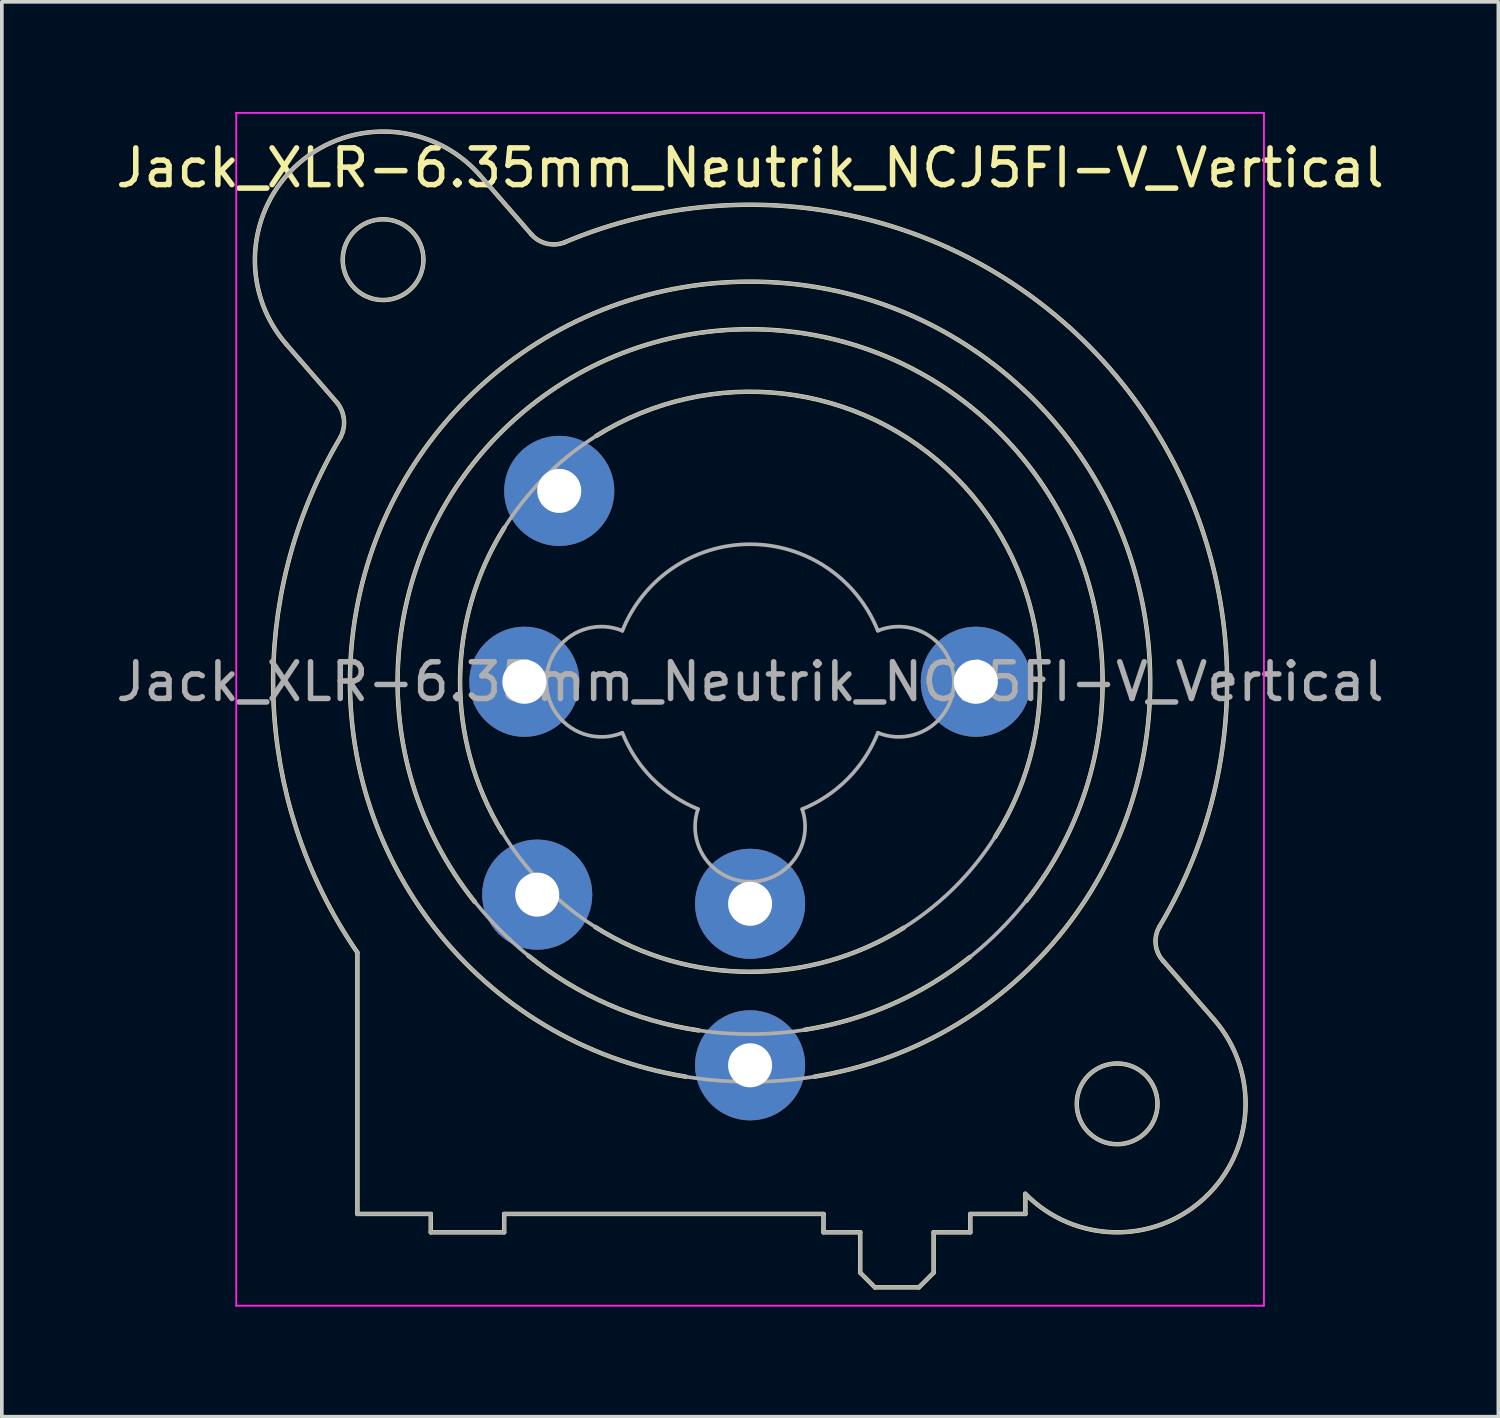
<source format=kicad_pcb>
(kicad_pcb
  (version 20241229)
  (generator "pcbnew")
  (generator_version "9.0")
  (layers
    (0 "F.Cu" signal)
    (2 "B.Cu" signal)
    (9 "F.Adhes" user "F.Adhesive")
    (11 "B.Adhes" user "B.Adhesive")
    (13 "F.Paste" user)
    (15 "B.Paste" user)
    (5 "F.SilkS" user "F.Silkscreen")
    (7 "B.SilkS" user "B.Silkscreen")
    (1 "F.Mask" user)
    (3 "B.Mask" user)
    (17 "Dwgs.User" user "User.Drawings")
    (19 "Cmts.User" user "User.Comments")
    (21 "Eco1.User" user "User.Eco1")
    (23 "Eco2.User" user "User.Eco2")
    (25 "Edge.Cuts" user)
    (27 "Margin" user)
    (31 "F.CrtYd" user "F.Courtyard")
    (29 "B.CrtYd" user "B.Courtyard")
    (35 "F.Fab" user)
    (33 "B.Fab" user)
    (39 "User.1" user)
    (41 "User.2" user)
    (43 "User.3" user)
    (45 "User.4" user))
  (footprint "Jack_XLR-6.35mm_Neutrik_NCJ5FI-V_Vertical"
    (layer "F.Cu")
    (at 23.537 15.525)
    (property "Reference" "Jack_XLR-6.35mm_Neutrik_NCJ5FI-V_Vertical" (at -6.15 -14 0) (layer "F.SilkS") (effects (font (size 1 1) (thickness 0.15))))
    (attr through_hole)
    (fp_line (start -17.4 -7.6) (end -18.79 -9.2) (stroke (width 0.12) (type solid)) (layer "F.SilkS"))
    (fp_line (start -16.85 14.5) (end -16.85 7.38) (stroke (width 0.12) (type solid)) (layer "F.SilkS"))
    (fp_line (start -14.85 14.5) (end -16.85 14.5) (stroke (width 0.12) (type solid)) (layer "F.SilkS"))
    (fp_line (start -14.85 14.5) (end -14.85 15) (stroke (width 0.12) (type solid)) (layer "F.SilkS"))
    (fp_line (start -13.51 -13.8) (end -12.11 -12.19) (stroke (width 0.12) (type solid)) (layer "F.SilkS"))
    (fp_line (start -12.85 14.5) (end -12.85 15) (stroke (width 0.12) (type solid)) (layer "F.SilkS"))
    (fp_line (start -12.85 15) (end -14.85 15) (stroke (width 0.12) (type solid)) (layer "F.SilkS"))
    (fp_line (start -4.15 14.5) (end -12.85 14.5) (stroke (width 0.12) (type solid)) (layer "F.SilkS"))
    (fp_line (start -4.15 14.5) (end -4.15 15) (stroke (width 0.12) (type solid)) (layer "F.SilkS"))
    (fp_line (start -3.15 15) (end -4.15 15) (stroke (width 0.12) (type solid)) (layer "F.SilkS"))
    (fp_line (start -3.15 15) (end -3.15 16.1) (stroke (width 0.12) (type solid)) (layer "F.SilkS"))
    (fp_line (start -3.15 16.1) (end -2.75 16.5) (stroke (width 0.12) (type solid)) (layer "F.SilkS"))
    (fp_line (start -1.55 16.5) (end -2.75 16.5) (stroke (width 0.12) (type solid)) (layer "F.SilkS"))
    (fp_line (start -1.15 15) (end -1.15 16.1) (stroke (width 0.12) (type solid)) (layer "F.SilkS"))
    (fp_line (start -1.15 16.1) (end -1.55 16.5) (stroke (width 0.12) (type solid)) (layer "F.SilkS"))
    (fp_line (start -0.15 14.5) (end -0.15 15) (stroke (width 0.12) (type solid)) (layer "F.SilkS"))
    (fp_line (start -0.15 15) (end -1.15 15) (stroke (width 0.12) (type solid)) (layer "F.SilkS"))
    (fp_line (start 1.35 13.95) (end 1.35 14.5) (stroke (width 0.12) (type solid)) (layer "F.SilkS"))
    (fp_line (start 1.35 14.5) (end -0.15 14.5) (stroke (width 0.12) (type solid)) (layer "F.SilkS"))
    (fp_line (start 5.1 7.6) (end 6.49 9.2) (stroke (width 0.12) (type solid)) (layer "F.SilkS"))
    (fp_arc (start -18.79 -9.2) (mid -18.45 -14.14) (end -13.51 -13.8) (stroke (width 0.12) (type solid)) (layer "F.SilkS"))
    (fp_arc (start -17.400452 -7.59955) (mid -17.216295 -7.14315) (end -17.31 -6.66) (stroke (width 0.12) (type solid)) (layer "F.SilkS"))
    (fp_arc (start -16.851206 7.374645) (mid -19.139261 0.42462) (end -17.31 -6.66) (stroke (width 0.12) (type solid)) (layer "F.SilkS"))
    (fp_arc (start -13.65 6) (mid -6.168408 -9.604669) (end 1.372943 5.971208) (stroke (width 0.12) (type solid)) (layer "F.SilkS"))
    (fp_arc (start -12.9 4.11) (mid -14.052663 -0.0501) (end -12.847348 -4.195251) (stroke (width 0.12) (type solid)) (layer "F.SilkS"))
    (fp_arc (start -11.201352 -11.974349) (mid 3.655031 -8.530097) (end 5.01 6.66) (stroke (width 0.12) (type solid)) (layer "F.SilkS"))
    (fp_arc (start -11.177539 -11.981856) (mid -11.677484 -11.93489) (end -12.11 -12.19) (stroke (width 0.12) (type solid)) (layer "F.SilkS"))
    (fp_arc (start -10.34 -6.7) (mid -0.544787 -5.570251) (end 0.523653 4.231839) (stroke (width 0.12) (type solid)) (layer "F.SilkS"))
    (fp_arc (start -7.9 10.76) (mid -6.152346 -10.90138) (end -4.395368 10.759246) (stroke (width 0.12) (type solid)) (layer "F.SilkS"))
    (fp_arc (start -7.55 9.5) (mid -10.007174 8.793873) (end -12.190932 7.464391) (stroke (width 0.12) (type solid)) (layer "F.SilkS"))
    (fp_arc (start -1.96 6.7) (mid -6.167825 7.902264) (end -10.370184 6.681029) (stroke (width 0.12) (type solid)) (layer "F.SilkS"))
    (fp_arc (start -0.16 7.5) (mid -2.282236 8.784674) (end -4.662837 9.482534) (stroke (width 0.12) (type solid)) (layer "F.SilkS"))
    (fp_arc (start 5.109394 7.611661) (mid 4.900255 7.152483) (end 5.01 6.66) (stroke (width 0.12) (type solid)) (layer "F.SilkS"))
    (fp_arc (start 6.49 9.2) (mid 6.227307 14.070606) (end 1.351052 13.95252) (stroke (width 0.12) (type solid)) (layer "F.SilkS"))
    (fp_circle (center -16.15 -11.5) (end -15.05 -11.5) (stroke (width 0.12) (type solid)) (fill no) (layer "F.SilkS"))
    (fp_circle (center 3.85 11.5) (end 4.95 11.5) (stroke (width 0.12) (type solid)) (fill no) (layer "F.SilkS"))
    (fp_line (start -20.15 -15.5) (end 7.85 -15.5) (stroke (width 0.05) (type solid)) (layer "F.CrtYd"))
    (fp_line (start -20.15 17) (end -20.15 -15.5) (stroke (width 0.05) (type solid)) (layer "F.CrtYd"))
    (fp_line (start 7.85 -15.5) (end 7.85 17) (stroke (width 0.05) (type solid)) (layer "F.CrtYd"))
    (fp_line (start 7.85 17) (end -20.15 17) (stroke (width 0.05) (type solid)) (layer "F.CrtYd"))
    (fp_line (start -17.4 -7.6) (end -18.79 -9.2) (stroke (width 0.1) (type solid)) (layer "F.Fab"))
    (fp_line (start -16.85 14.5) (end -16.85 7.38) (stroke (width 0.1) (type solid)) (layer "F.Fab"))
    (fp_line (start -14.85 14.5) (end -16.85 14.5) (stroke (width 0.1) (type solid)) (layer "F.Fab"))
    (fp_line (start -14.85 14.5) (end -14.85 15) (stroke (width 0.1) (type solid)) (layer "F.Fab"))
    (fp_line (start -13.51 -13.8) (end -12.11 -12.19) (stroke (width 0.1) (type solid)) (layer "F.Fab"))
    (fp_line (start -12.85 14.5) (end -12.85 15) (stroke (width 0.1) (type solid)) (layer "F.Fab"))
    (fp_line (start -12.85 15) (end -14.85 15) (stroke (width 0.1) (type solid)) (layer "F.Fab"))
    (fp_line (start -4.15 14.5) (end -12.85 14.5) (stroke (width 0.1) (type solid)) (layer "F.Fab"))
    (fp_line (start -4.15 14.5) (end -4.15 15) (stroke (width 0.1) (type solid)) (layer "F.Fab"))
    (fp_line (start -3.15 15) (end -4.15 15) (stroke (width 0.1) (type solid)) (layer "F.Fab"))
    (fp_line (start -3.15 15) (end -3.15 16.1) (stroke (width 0.1) (type solid)) (layer "F.Fab"))
    (fp_line (start -3.15 16.1) (end -2.75 16.5) (stroke (width 0.1) (type solid)) (layer "F.Fab"))
    (fp_line (start -1.55 16.5) (end -2.75 16.5) (stroke (width 0.1) (type solid)) (layer "F.Fab"))
    (fp_line (start -1.15 15) (end -1.15 16.1) (stroke (width 0.1) (type solid)) (layer "F.Fab"))
    (fp_line (start -1.15 16.1) (end -1.55 16.5) (stroke (width 0.1) (type solid)) (layer "F.Fab"))
    (fp_line (start -0.15 14.5) (end -0.15 15) (stroke (width 0.1) (type solid)) (layer "F.Fab"))
    (fp_line (start -0.15 15) (end -1.15 15) (stroke (width 0.1) (type solid)) (layer "F.Fab"))
    (fp_line (start 1.35 13.95) (end 1.35 14.5) (stroke (width 0.1) (type solid)) (layer "F.Fab"))
    (fp_line (start 1.35 14.5) (end -0.15 14.5) (stroke (width 0.1) (type solid)) (layer "F.Fab"))
    (fp_line (start 5.1 7.6) (end 6.49 9.2) (stroke (width 0.1) (type solid)) (layer "F.Fab"))
    (fp_arc (start -18.79 -9.2) (mid -18.45 -14.14) (end -13.51 -13.8) (stroke (width 0.1) (type solid)) (layer "F.Fab"))
    (fp_arc (start -17.400452 -7.59955) (mid -17.216295 -7.14315) (end -17.31 -6.66) (stroke (width 0.1) (type solid)) (layer "F.Fab"))
    (fp_arc (start -16.851206 7.374645) (mid -19.139261 0.42462) (end -17.31 -6.66) (stroke (width 0.1) (type solid)) (layer "F.Fab"))
    (fp_arc (start -11.201352 -11.974349) (mid 3.655031 -8.530097) (end 5.01 6.66) (stroke (width 0.1) (type solid)) (layer "F.Fab"))
    (fp_arc (start -11.177539 -11.981856) (mid -11.677484 -11.93489) (end -12.11 -12.19) (stroke (width 0.1) (type solid)) (layer "F.Fab"))
    (fp_arc (start -9.634717 1.391925) (mid -11.702329 -0.002547) (end -9.63 -1.39) (stroke (width 0.1) (type solid)) (layer "F.Fab"))
    (fp_arc (start -9.631116 -1.387204) (mid -6.151505 -3.747333) (end -2.67 -1.39) (stroke (width 0.1) (type solid)) (layer "F.Fab"))
    (fp_arc (start -7.567529 3.468878) (mid -8.810241 2.639246) (end -9.63 1.39) (stroke (width 0.1) (type solid)) (layer "F.Fab"))
    (fp_arc (start -4.729599 3.471189) (mid -6.150627 5.448932) (end -7.57 3.47) (stroke (width 0.1) (type solid)) (layer "F.Fab"))
    (fp_arc (start -2.667476 1.389002) (mid -3.487046 2.639314) (end -4.73 3.47) (stroke (width 0.1) (type solid)) (layer "F.Fab"))
    (fp_arc (start -2.665283 -1.391925) (mid -0.597671 0.002547) (end -2.67 1.39) (stroke (width 0.1) (type solid)) (layer "F.Fab"))
    (fp_arc (start 5.109394 7.611661) (mid 4.900255 7.152483) (end 5.01 6.66) (stroke (width 0.1) (type solid)) (layer "F.Fab"))
    (fp_arc (start 6.49 9.2) (mid 6.227307 14.070606) (end 1.351052 13.95252) (stroke (width 0.1) (type solid)) (layer "F.Fab"))
    (fp_circle (center -16.15 -11.5) (end -15.05 -11.5) (stroke (width 0.1) (type solid)) (fill no) (layer "F.Fab"))
    (fp_circle (center -6.15 0) (end 1.75 0) (stroke (width 0.1) (type solid)) (fill no) (layer "F.Fab"))
    (fp_circle (center -6.15 0) (end 3.45 0) (stroke (width 0.1) (type solid)) (fill no) (layer "F.Fab"))
    (fp_circle (center -6.15 0) (end 4.75 0) (stroke (width 0.1) (type solid)) (fill no) (layer "F.Fab"))
    (fp_circle (center 3.85 11.5) (end 4.95 11.5) (stroke (width 0.1) (type solid)) (fill no) (layer "F.Fab"))
    (fp_text user "${REFERENCE}" (at -6.15 0 0) (layer "F.Fab") (effects (font (size 1 1) (thickness 0.15))))
    (pad "1" thru_hole circle (at 0 0) (size 3 3) (drill 1.2) (layers "*.Cu" "*.Mask"))
    (pad "2" thru_hole circle (at -12.3 0) (size 3 3) (drill 1.2) (layers "*.Cu" "*.Mask"))
    (pad "3" thru_hole circle (at -6.15 6.05) (size 3 3) (drill 1.2) (layers "*.Cu" "*.Mask"))
    (pad "G" thru_hole circle (at -6.15 10.45) (size 3 3) (drill 1.2) (layers "*.Cu" "*.Mask"))
    (pad "S" thru_hole circle (at -11.95 5.8) (size 3 3) (drill 1.2) (layers "*.Cu" "*.Mask"))
    (pad "T" thru_hole circle (at -11.35 -5.2) (size 3 3) (drill 1.2) (layers "*.Cu" "*.Mask")))
  (gr_rect
    (start -3 -3)
    (end 37.774 35.55)
    (stroke (width 0.1) (type default))
    (fill no)
    (layer "Edge.Cuts")))
</source>
